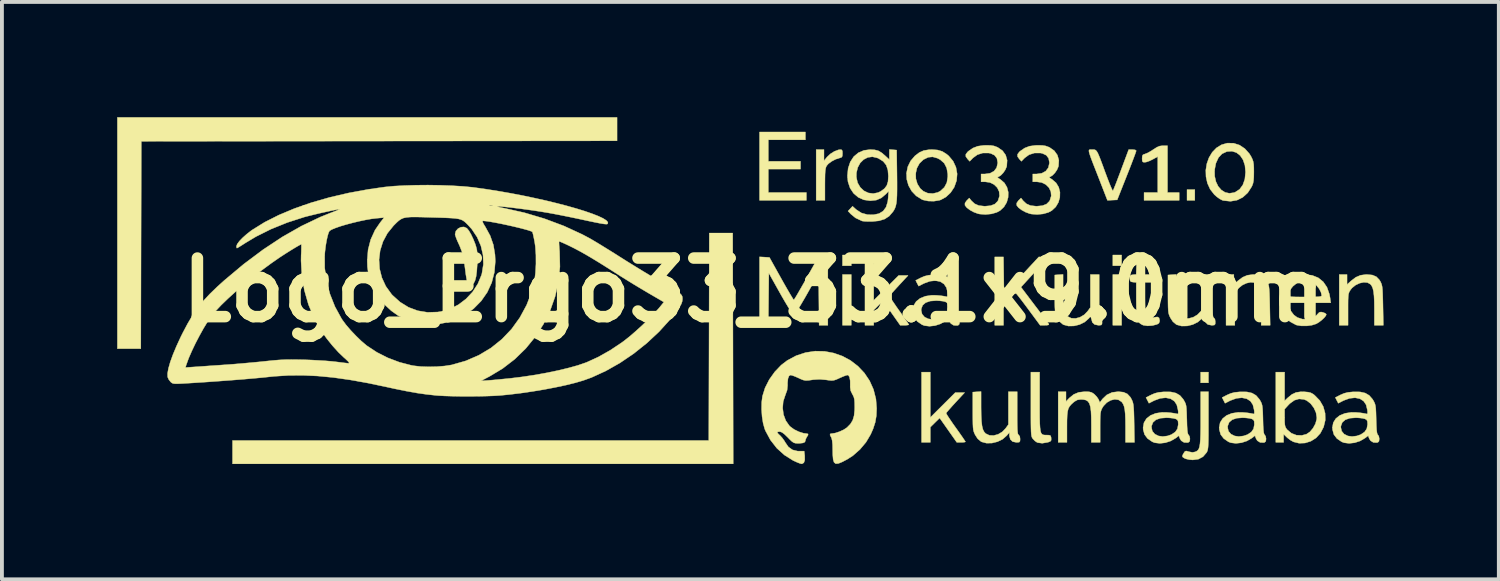
<source format=kicad_pcb>
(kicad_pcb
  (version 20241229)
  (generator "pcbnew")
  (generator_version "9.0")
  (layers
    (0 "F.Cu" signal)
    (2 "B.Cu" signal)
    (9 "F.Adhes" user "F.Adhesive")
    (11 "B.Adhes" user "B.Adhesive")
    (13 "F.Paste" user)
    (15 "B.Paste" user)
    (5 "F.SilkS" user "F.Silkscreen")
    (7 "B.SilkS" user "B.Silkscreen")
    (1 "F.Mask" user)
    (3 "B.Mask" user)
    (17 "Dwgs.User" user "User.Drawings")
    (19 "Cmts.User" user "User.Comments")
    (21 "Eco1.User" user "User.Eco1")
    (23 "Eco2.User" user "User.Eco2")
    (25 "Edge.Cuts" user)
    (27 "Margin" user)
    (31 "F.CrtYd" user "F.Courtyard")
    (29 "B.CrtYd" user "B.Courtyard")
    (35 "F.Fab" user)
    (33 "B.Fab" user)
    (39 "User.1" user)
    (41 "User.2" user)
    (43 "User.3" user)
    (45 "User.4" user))
  (footprint "Logo_Ergo33_33.1x9.0mm"
    (layer "F.Cu")
    (at 16.566 4.501)
    (property "Reference" "Logo_Ergo33_33.1x9.0mm" (at 0 0 180) (layer "F.SilkS") (effects (font (size 1.524 1.524) (thickness 0.3))))
    (attr through_hole)
    (fp_poly (pts (xy 2.54 -0.635) (xy 2.311 -0.635) (xy 2.311 -0.914) (xy 2.54 -0.914) (xy 2.54 -0.635)) (stroke (width 0.01) (type solid)) (fill yes) (layer "F.SilkS"))
    (fp_poly (pts (xy 2.54 0.914) (xy 2.311 0.914) (xy 2.311 -0.406) (xy 2.54 -0.406) (xy 2.54 0.914)) (stroke (width 0.01) (type solid)) (fill yes) (layer "F.SilkS"))
    (fp_poly (pts (xy 9.576 -0.635) (xy 9.347 -0.635) (xy 9.347 -0.914) (xy 9.576 -0.914) (xy 9.576 -0.635)) (stroke (width 0.01) (type solid)) (fill yes) (layer "F.SilkS"))
    (fp_poly (pts (xy 9.576 0.914) (xy 9.347 0.914) (xy 9.347 -0.406) (xy 9.576 -0.406) (xy 9.576 0.914)) (stroke (width 0.01) (type solid)) (fill yes) (layer "F.SilkS"))
    (fp_poly (pts (xy 11.481 -2.337) (xy 11.278 -2.337) (xy 11.278 -2.616) (xy 11.481 -2.616) (xy 11.481 -2.337)) (stroke (width 0.01) (type solid)) (fill yes) (layer "F.SilkS"))
    (fp_poly (pts (xy 11.836 2.413) (xy 11.633 2.413) (xy 11.633 2.134) (xy 11.836 2.134) (xy 11.836 2.413)) (stroke (width 0.01) (type solid)) (fill yes) (layer "F.SilkS"))
    (fp_poly (pts (xy -0.533 4.521) (xy -13.564 4.521) (xy -13.564 3.912) (xy -1.169 3.912) (xy -1.162 1.213) (xy -1.156 -1.486) (xy -0.546 -1.486) (xy -0.533 4.521)) (stroke (width 0.01) (type solid)) (fill yes) (layer "F.SilkS"))
    (fp_poly (pts (xy -3.556 -3.886) (xy -9.747 -3.88) (xy -15.938 -3.873) (xy -15.945 -1.175) (xy -15.951 1.524) (xy -16.561 1.524) (xy -16.561 -4.496) (xy -3.556 -4.496) (xy -3.556 -3.886)) (stroke (width 0.01) (type solid)) (fill yes) (layer "F.SilkS"))
    (fp_poly (pts (xy 1.346 -3.912) (xy 0.381 -3.912) (xy 0.381 -3.353) (xy 1.219 -3.353) (xy 1.219 -3.15) (xy 0.381 -3.15) (xy 0.381 -2.54) (xy 1.372 -2.54) (xy 1.372 -2.337) (xy 0.152 -2.337) (xy 0.152 -4.115) (xy 1.346 -4.115) (xy 1.346 -3.912)) (stroke (width 0.01) (type solid)) (fill yes) (layer "F.SilkS"))
    (fp_poly (pts (xy 1.829 -3.367) (xy 1.91 -3.465) (xy 1.995 -3.545) (xy 2.098 -3.61) (xy 2.202 -3.65) (xy 2.254 -3.657) (xy 2.291 -3.651) (xy 2.308 -3.621) (xy 2.311 -3.556) (xy 2.307 -3.49) (xy 2.288 -3.457) (xy 2.243 -3.441) (xy 2.242 -3.441) (xy 2.134 -3.407) (xy 2.029 -3.352) (xy 1.943 -3.288) (xy 1.901 -3.239) (xy 1.883 -3.204) (xy 1.871 -3.16) (xy 1.862 -3.098) (xy 1.857 -3.011) (xy 1.855 -2.888) (xy 1.854 -2.75) (xy 1.854 -2.337) (xy 1.626 -2.337) (xy 1.626 -3.658) (xy 1.829 -3.658) (xy 1.829 -3.367)) (stroke (width 0.01) (type solid)) (fill yes) (layer "F.SilkS"))
    (fp_poly (pts (xy 10.77 -2.54) (xy 11.074 -2.54) (xy 11.074 -2.337) (xy 10.16 -2.337) (xy 10.16 -2.54) (xy 10.516 -2.54) (xy 10.516 -3.475) (xy 10.382 -3.402) (xy 10.297 -3.361) (xy 10.219 -3.334) (xy 10.179 -3.328) (xy 10.134 -3.332) (xy 10.114 -3.356) (xy 10.109 -3.414) (xy 10.109 -3.427) (xy 10.114 -3.493) (xy 10.134 -3.526) (xy 10.181 -3.542) (xy 10.183 -3.543) (xy 10.243 -3.566) (xy 10.324 -3.61) (xy 10.4 -3.659) (xy 10.492 -3.718) (xy 10.565 -3.749) (xy 10.639 -3.759) (xy 10.656 -3.759) (xy 10.77 -3.759) (xy 10.77 -2.54)) (stroke (width 0.01) (type solid)) (fill yes) (layer "F.SilkS"))
    (fp_poly (pts (xy 3.124 0.266) (xy 3.448 -0.058) (xy 3.773 -0.381) (xy 4.017 -0.381) (xy 3.78 -0.125) (xy 3.693 -0.03) (xy 3.619 0.052) (xy 3.565 0.114) (xy 3.538 0.148) (xy 3.536 0.152) (xy 3.547 0.178) (xy 3.584 0.239) (xy 3.642 0.326) (xy 3.715 0.433) (xy 3.783 0.529) (xy 3.867 0.646) (xy 3.939 0.749) (xy 3.995 0.83) (xy 4.029 0.883) (xy 4.039 0.9) (xy 4.016 0.908) (xy 3.959 0.914) (xy 3.926 0.914) (xy 3.813 0.914) (xy 3.59 0.597) (xy 3.367 0.28) (xy 3.245 0.399) (xy 3.124 0.519) (xy 3.124 0.914) (xy 2.896 0.914) (xy 2.896 -0.914) (xy 3.124 -0.914) (xy 3.124 0.266)) (stroke (width 0.01) (type solid)) (fill yes) (layer "F.SilkS"))
    (fp_poly (pts (xy 4.597 3.314) (xy 4.922 2.99) (xy 5.246 2.667) (xy 5.49 2.667) (xy 5.253 2.923) (xy 5.166 3.018) (xy 5.093 3.1) (xy 5.039 3.162) (xy 5.011 3.196) (xy 5.009 3.2) (xy 5.02 3.226) (xy 5.057 3.287) (xy 5.115 3.374) (xy 5.188 3.481) (xy 5.256 3.577) (xy 5.34 3.694) (xy 5.412 3.797) (xy 5.468 3.878) (xy 5.502 3.931) (xy 5.512 3.948) (xy 5.489 3.956) (xy 5.432 3.962) (xy 5.399 3.962) (xy 5.286 3.962) (xy 5.063 3.645) (xy 4.84 3.328) (xy 4.719 3.447) (xy 4.597 3.567) (xy 4.597 3.962) (xy 4.369 3.962) (xy 4.369 2.134) (xy 4.597 2.134) (xy 4.597 3.314)) (stroke (width 0.01) (type solid)) (fill yes) (layer "F.SilkS"))
    (fp_poly (pts (xy 6.508 -0.377) (xy 6.515 0.109) (xy 6.968 -0.377) (xy 7.42 -0.864) (xy 7.675 -0.864) (xy 7.316 -0.471) (xy 6.957 -0.078) (xy 7.309 0.387) (xy 7.411 0.521) (xy 7.503 0.643) (xy 7.581 0.746) (xy 7.639 0.825) (xy 7.673 0.872) (xy 7.681 0.883) (xy 7.679 0.903) (xy 7.638 0.912) (xy 7.577 0.914) (xy 7.455 0.914) (xy 7.163 0.519) (xy 7.07 0.394) (xy 6.986 0.282) (xy 6.915 0.191) (xy 6.864 0.126) (xy 6.837 0.094) (xy 6.836 0.094) (xy 6.812 0.086) (xy 6.777 0.102) (xy 6.726 0.148) (xy 6.651 0.226) (xy 6.502 0.388) (xy 6.502 0.914) (xy 6.274 0.914) (xy 6.274 -0.864) (xy 6.501 -0.864) (xy 6.508 -0.377)) (stroke (width 0.01) (type solid)) (fill yes) (layer "F.SilkS"))
    (fp_poly (pts (xy -7.469 -1.614) (xy -7.464 -1.61) (xy -7.412 -1.546) (xy -7.354 -1.446) (xy -7.297 -1.325) (xy -7.246 -1.197) (xy -7.225 -1.13) (xy -7.205 -1.048) (xy -7.194 -0.96) (xy -7.19 -0.853) (xy -7.193 -0.713) (xy -7.195 -0.675) (xy -7.207 -0.493) (xy -7.225 -0.354) (xy -7.252 -0.25) (xy -7.289 -0.175) (xy -7.31 -0.146) (xy -7.364 -0.106) (xy -7.41 -0.116) (xy -7.443 -0.168) (xy -7.46 -0.228) (xy -7.477 -0.317) (xy -7.493 -0.416) (xy -7.509 -0.542) (xy -7.528 -0.683) (xy -7.541 -0.784) (xy -7.579 -0.961) (xy -7.651 -1.147) (xy -7.669 -1.187) (xy -7.715 -1.287) (xy -7.75 -1.376) (xy -7.77 -1.44) (xy -7.772 -1.457) (xy -7.751 -1.538) (xy -7.696 -1.6) (xy -7.622 -1.638) (xy -7.541 -1.645) (xy -7.469 -1.614)) (stroke (width 0.01) (type solid)) (fill yes) (layer "F.SilkS"))
    (fp_poly (pts (xy 7.442 2.903) (xy 7.442 3.136) (xy 7.443 3.323) (xy 7.446 3.469) (xy 7.453 3.58) (xy 7.463 3.659) (xy 7.478 3.713) (xy 7.5 3.746) (xy 7.529 3.764) (xy 7.566 3.771) (xy 7.612 3.772) (xy 7.624 3.772) (xy 7.693 3.775) (xy 7.726 3.789) (xy 7.739 3.827) (xy 7.742 3.853) (xy 7.742 3.907) (xy 7.721 3.936) (xy 7.664 3.958) (xy 7.653 3.961) (xy 7.51 3.985) (xy 7.392 3.969) (xy 7.376 3.963) (xy 7.323 3.928) (xy 7.269 3.873) (xy 7.268 3.872) (xy 7.253 3.852) (xy 7.241 3.829) (xy 7.232 3.798) (xy 7.225 3.753) (xy 7.22 3.688) (xy 7.217 3.599) (xy 7.215 3.48) (xy 7.214 3.324) (xy 7.214 3.127) (xy 7.214 2.968) (xy 7.214 2.134) (xy 7.442 2.134) (xy 7.442 2.903)) (stroke (width 0.01) (type solid)) (fill yes) (layer "F.SilkS"))
    (fp_poly (pts (xy 11.836 3.394) (xy 11.836 3.61) (xy 11.836 3.782) (xy 11.834 3.915) (xy 11.831 4.014) (xy 11.826 4.088) (xy 11.819 4.14) (xy 11.81 4.178) (xy 11.798 4.207) (xy 11.784 4.231) (xy 11.693 4.336) (xy 11.575 4.399) (xy 11.428 4.419) (xy 11.427 4.419) (xy 11.334 4.411) (xy 11.252 4.392) (xy 11.22 4.38) (xy 11.17 4.349) (xy 11.155 4.321) (xy 11.172 4.278) (xy 11.192 4.243) (xy 11.222 4.199) (xy 11.255 4.186) (xy 11.309 4.2) (xy 11.323 4.205) (xy 11.419 4.223) (xy 11.488 4.21) (xy 11.528 4.193) (xy 11.56 4.168) (xy 11.585 4.131) (xy 11.603 4.075) (xy 11.616 3.996) (xy 11.625 3.887) (xy 11.63 3.745) (xy 11.633 3.562) (xy 11.633 3.334) (xy 11.633 3.328) (xy 11.633 2.642) (xy 11.836 2.642) (xy 11.836 3.394)) (stroke (width 0.01) (type solid)) (fill yes) (layer "F.SilkS"))
    (fp_poly (pts (xy 0.281 -0.859) (xy 0.41 -0.851) (xy 0.718 -0.298) (xy 0.803 -0.147) (xy 0.881 -0.011) (xy 0.947 0.102) (xy 0.999 0.188) (xy 1.032 0.241) (xy 1.044 0.254) (xy 1.06 0.233) (xy 1.098 0.173) (xy 1.153 0.08) (xy 1.221 -0.039) (xy 1.301 -0.179) (xy 1.372 -0.305) (xy 1.683 -0.864) (xy 1.93 -0.864) (xy 1.93 0.914) (xy 1.703 0.914) (xy 1.696 0.239) (xy 1.689 -0.437) (xy 1.408 0.066) (xy 1.325 0.212) (xy 1.248 0.343) (xy 1.182 0.454) (xy 1.13 0.536) (xy 1.096 0.584) (xy 1.087 0.593) (xy 1.034 0.607) (xy 1.01 0.603) (xy 0.987 0.577) (xy 0.944 0.514) (xy 0.884 0.418) (xy 0.812 0.298) (xy 0.731 0.158) (xy 0.683 0.073) (xy 0.394 -0.443) (xy 0.38 0.914) (xy 0.152 0.914) (xy 0.152 -0.866) (xy 0.281 -0.859)) (stroke (width 0.01) (type solid)) (fill yes) (layer "F.SilkS"))
    (fp_poly (pts (xy 12.497 -0.146) (xy 12.601 -0.241) (xy 12.724 -0.334) (xy 12.847 -0.387) (xy 12.988 -0.406) (xy 13.018 -0.406) (xy 13.156 -0.393) (xy 13.259 -0.349) (xy 13.337 -0.269) (xy 13.366 -0.222) (xy 13.385 -0.181) (xy 13.4 -0.139) (xy 13.41 -0.085) (xy 13.418 -0.014) (xy 13.424 0.084) (xy 13.428 0.216) (xy 13.432 0.391) (xy 13.432 0.4) (xy 13.442 0.914) (xy 13.208 0.914) (xy 13.208 0.502) (xy 13.206 0.305) (xy 13.199 0.152) (xy 13.186 0.036) (xy 13.166 -0.05) (xy 13.138 -0.112) (xy 13.105 -0.154) (xy 13.03 -0.196) (xy 12.932 -0.204) (xy 12.825 -0.181) (xy 12.719 -0.131) (xy 12.627 -0.057) (xy 12.587 -0.007) (xy 12.563 0.031) (xy 12.545 0.067) (xy 12.534 0.111) (xy 12.527 0.173) (xy 12.524 0.26) (xy 12.522 0.383) (xy 12.522 0.501) (xy 12.522 0.914) (xy 12.294 0.914) (xy 12.294 -0.406) (xy 12.497 -0.406) (xy 12.497 -0.146)) (stroke (width 0.01) (type solid)) (fill yes) (layer "F.SilkS"))
    (fp_poly (pts (xy 15.443 -0.146) (xy 15.548 -0.241) (xy 15.67 -0.334) (xy 15.793 -0.387) (xy 15.935 -0.406) (xy 15.964 -0.406) (xy 16.102 -0.393) (xy 16.206 -0.349) (xy 16.283 -0.269) (xy 16.312 -0.222) (xy 16.331 -0.181) (xy 16.346 -0.139) (xy 16.357 -0.085) (xy 16.365 -0.014) (xy 16.37 0.084) (xy 16.374 0.216) (xy 16.378 0.391) (xy 16.378 0.4) (xy 16.388 0.914) (xy 16.154 0.914) (xy 16.154 0.502) (xy 16.152 0.305) (xy 16.145 0.152) (xy 16.132 0.036) (xy 16.112 -0.05) (xy 16.084 -0.112) (xy 16.051 -0.154) (xy 15.976 -0.196) (xy 15.879 -0.204) (xy 15.771 -0.181) (xy 15.665 -0.131) (xy 15.573 -0.057) (xy 15.533 -0.007) (xy 15.509 0.031) (xy 15.492 0.067) (xy 15.48 0.111) (xy 15.474 0.173) (xy 15.47 0.26) (xy 15.469 0.383) (xy 15.469 0.501) (xy 15.469 0.914) (xy 15.24 0.914) (xy 15.24 -0.406) (xy 15.443 -0.406) (xy 15.443 -0.146)) (stroke (width 0.01) (type solid)) (fill yes) (layer "F.SilkS"))
    (fp_poly (pts (xy 10.185 -0.406) (xy 10.49 -0.406) (xy 10.49 -0.203) (xy 10.185 -0.203) (xy 10.185 0.201) (xy 10.186 0.342) (xy 10.189 0.467) (xy 10.193 0.566) (xy 10.198 0.63) (xy 10.202 0.648) (xy 10.246 0.697) (xy 10.323 0.719) (xy 10.42 0.71) (xy 10.428 0.708) (xy 10.505 0.697) (xy 10.549 0.72) (xy 10.565 0.784) (xy 10.566 0.807) (xy 10.546 0.862) (xy 10.497 0.891) (xy 10.377 0.922) (xy 10.252 0.93) (xy 10.143 0.914) (xy 10.115 0.903) (xy 10.063 0.874) (xy 10.024 0.835) (xy 9.996 0.779) (xy 9.976 0.699) (xy 9.964 0.59) (xy 9.959 0.443) (xy 9.957 0.253) (xy 9.957 0.244) (xy 9.957 -0.2) (xy 9.874 -0.208) (xy 9.819 -0.218) (xy 9.796 -0.246) (xy 9.792 -0.305) (xy 9.796 -0.365) (xy 9.82 -0.392) (xy 9.873 -0.402) (xy 9.955 -0.409) (xy 9.962 -0.617) (xy 9.97 -0.826) (xy 10.077 -0.833) (xy 10.185 -0.841) (xy 10.185 -0.406)) (stroke (width 0.01) (type solid)) (fill yes) (layer "F.SilkS"))
    (fp_poly (pts (xy 8.8 -3.658) (xy 8.81 -3.658) (xy 8.847 -3.658) (xy 8.877 -3.654) (xy 8.903 -3.641) (xy 8.928 -3.614) (xy 8.956 -3.567) (xy 8.988 -3.494) (xy 9.029 -3.391) (xy 9.081 -3.252) (xy 9.147 -3.071) (xy 9.158 -3.042) (xy 9.212 -2.898) (xy 9.26 -2.774) (xy 9.301 -2.676) (xy 9.331 -2.61) (xy 9.348 -2.585) (xy 9.349 -2.585) (xy 9.363 -2.613) (xy 9.391 -2.682) (xy 9.432 -2.784) (xy 9.481 -2.913) (xy 9.537 -3.061) (xy 9.563 -3.131) (xy 9.76 -3.658) (xy 9.858 -3.658) (xy 9.928 -3.65) (xy 9.956 -3.629) (xy 9.956 -3.626) (xy 9.946 -3.595) (xy 9.921 -3.523) (xy 9.881 -3.417) (xy 9.83 -3.283) (xy 9.77 -3.129) (xy 9.708 -2.972) (xy 9.461 -2.349) (xy 9.334 -2.343) (xy 9.207 -2.336) (xy 8.972 -2.94) (xy 8.892 -3.144) (xy 8.829 -3.305) (xy 8.782 -3.429) (xy 8.75 -3.52) (xy 8.731 -3.583) (xy 8.724 -3.624) (xy 8.729 -3.647) (xy 8.744 -3.657) (xy 8.768 -3.659) (xy 8.8 -3.658)) (stroke (width 0.01) (type solid)) (fill yes) (layer "F.SilkS"))
    (fp_poly (pts (xy 5.918 3.048) (xy 5.921 3.252) (xy 5.929 3.412) (xy 5.943 3.534) (xy 5.965 3.624) (xy 5.997 3.688) (xy 6.038 3.733) (xy 6.039 3.734) (xy 6.134 3.779) (xy 6.245 3.784) (xy 6.361 3.753) (xy 6.469 3.689) (xy 6.556 3.599) (xy 6.629 3.498) (xy 6.629 2.642) (xy 6.858 2.642) (xy 6.858 3.198) (xy 6.858 3.383) (xy 6.86 3.524) (xy 6.863 3.626) (xy 6.869 3.696) (xy 6.876 3.739) (xy 6.887 3.761) (xy 6.896 3.768) (xy 6.925 3.805) (xy 6.934 3.873) (xy 6.931 3.93) (xy 6.912 3.956) (xy 6.862 3.962) (xy 6.834 3.962) (xy 6.74 3.943) (xy 6.68 3.886) (xy 6.655 3.793) (xy 6.655 3.777) (xy 6.655 3.705) (xy 6.586 3.786) (xy 6.48 3.879) (xy 6.348 3.944) (xy 6.203 3.98) (xy 6.06 3.983) (xy 5.932 3.949) (xy 5.918 3.942) (xy 5.829 3.867) (xy 5.766 3.77) (xy 5.744 3.725) (xy 5.728 3.682) (xy 5.716 3.634) (xy 5.709 3.571) (xy 5.705 3.486) (xy 5.703 3.369) (xy 5.702 3.213) (xy 5.702 3.15) (xy 5.702 2.654) (xy 5.81 2.646) (xy 5.918 2.639) (xy 5.918 3.048)) (stroke (width 0.01) (type solid)) (fill yes) (layer "F.SilkS"))
    (fp_poly (pts (xy 8.052 -0.000009) (xy 8.054 0.204) (xy 8.062 0.364) (xy 8.077 0.486) (xy 8.099 0.576) (xy 8.13 0.64) (xy 8.171 0.685) (xy 8.173 0.686) (xy 8.267 0.731) (xy 8.379 0.736) (xy 8.494 0.705) (xy 8.603 0.641) (xy 8.69 0.551) (xy 8.763 0.45) (xy 8.763 -0.406) (xy 8.992 -0.406) (xy 8.992 0.15) (xy 8.992 0.335) (xy 8.994 0.476) (xy 8.997 0.578) (xy 9.002 0.648) (xy 9.01 0.691) (xy 9.02 0.713) (xy 9.03 0.72) (xy 9.059 0.757) (xy 9.068 0.825) (xy 9.065 0.882) (xy 9.046 0.908) (xy 8.996 0.914) (xy 8.968 0.914) (xy 8.874 0.895) (xy 8.813 0.838) (xy 8.789 0.745) (xy 8.788 0.729) (xy 8.788 0.657) (xy 8.72 0.738) (xy 8.614 0.831) (xy 8.482 0.896) (xy 8.337 0.932) (xy 8.194 0.935) (xy 8.066 0.901) (xy 8.051 0.894) (xy 7.962 0.819) (xy 7.899 0.722) (xy 7.878 0.677) (xy 7.861 0.634) (xy 7.85 0.586) (xy 7.843 0.523) (xy 7.838 0.438) (xy 7.836 0.321) (xy 7.836 0.165) (xy 7.836 0.102) (xy 7.836 -0.394) (xy 7.944 -0.402) (xy 8.052 -0.409) (xy 8.052 -0.000009)) (stroke (width 0.01) (type solid)) (fill yes) (layer "F.SilkS"))
    (fp_poly (pts (xy 10.998 -0.000009) (xy 11.001 0.204) (xy 11.009 0.364) (xy 11.023 0.486) (xy 11.045 0.576) (xy 11.077 0.64) (xy 11.118 0.685) (xy 11.119 0.686) (xy 11.214 0.731) (xy 11.325 0.736) (xy 11.441 0.705) (xy 11.549 0.641) (xy 11.636 0.551) (xy 11.709 0.45) (xy 11.709 -0.406) (xy 11.938 -0.406) (xy 11.938 0.15) (xy 11.938 0.335) (xy 11.94 0.476) (xy 11.943 0.578) (xy 11.949 0.648) (xy 11.956 0.691) (xy 11.967 0.713) (xy 11.976 0.72) (xy 12.005 0.757) (xy 12.014 0.825) (xy 12.011 0.882) (xy 11.992 0.908) (xy 11.942 0.914) (xy 11.914 0.914) (xy 11.82 0.895) (xy 11.76 0.838) (xy 11.735 0.745) (xy 11.735 0.729) (xy 11.735 0.657) (xy 11.666 0.738) (xy 11.56 0.831) (xy 11.428 0.896) (xy 11.283 0.932) (xy 11.14 0.935) (xy 11.012 0.901) (xy 10.998 0.894) (xy 10.909 0.819) (xy 10.846 0.722) (xy 10.824 0.677) (xy 10.808 0.634) (xy 10.796 0.586) (xy 10.789 0.523) (xy 10.785 0.438) (xy 10.783 0.321) (xy 10.782 0.165) (xy 10.782 0.102) (xy 10.782 -0.394) (xy 10.89 -0.402) (xy 10.998 -0.409) (xy 10.998 -0.000009)) (stroke (width 0.01) (type solid)) (fill yes) (layer "F.SilkS"))
    (fp_poly (pts (xy 4.786 -3.647) (xy 4.909 -3.61) (xy 5.021 -3.539) (xy 5.075 -3.494) (xy 5.19 -3.357) (xy 5.264 -3.198) (xy 5.295 -3.026) (xy 5.28 -2.85) (xy 5.219 -2.678) (xy 5.218 -2.677) (xy 5.125 -2.537) (xy 5.005 -2.425) (xy 4.871 -2.351) (xy 4.832 -2.338) (xy 4.688 -2.315) (xy 4.54 -2.319) (xy 4.407 -2.348) (xy 4.38 -2.359) (xy 4.228 -2.454) (xy 4.111 -2.578) (xy 4.029 -2.724) (xy 3.984 -2.883) (xy 3.978 -3.039) (xy 4.217 -3.039) (xy 4.221 -2.897) (xy 4.261 -2.762) (xy 4.336 -2.644) (xy 4.417 -2.573) (xy 4.533 -2.523) (xy 4.663 -2.514) (xy 4.79 -2.543) (xy 4.858 -2.579) (xy 4.963 -2.676) (xy 5.027 -2.798) (xy 5.051 -2.95) (xy 5.05 -3.023) (xy 5.023 -3.179) (xy 4.96 -3.302) (xy 4.857 -3.394) (xy 4.782 -3.434) (xy 4.658 -3.469) (xy 4.542 -3.458) (xy 4.421 -3.399) (xy 4.416 -3.396) (xy 4.315 -3.299) (xy 4.248 -3.176) (xy 4.217 -3.039) (xy 3.978 -3.039) (xy 3.978 -3.049) (xy 4.011 -3.212) (xy 4.085 -3.364) (xy 4.196 -3.494) (xy 4.311 -3.582) (xy 4.426 -3.633) (xy 4.562 -3.655) (xy 4.636 -3.658) (xy 4.786 -3.647)) (stroke (width 0.01) (type solid)) (fill yes) (layer "F.SilkS"))
    (fp_poly (pts (xy 13.818 2.88) (xy 13.9 2.802) (xy 14.009 2.713) (xy 14.116 2.663) (xy 14.24 2.645) (xy 14.328 2.646) (xy 14.43 2.655) (xy 14.501 2.673) (xy 14.562 2.707) (xy 14.597 2.734) (xy 14.732 2.872) (xy 14.824 3.031) (xy 14.872 3.205) (xy 14.876 3.384) (xy 14.833 3.562) (xy 14.747 3.727) (xy 14.637 3.846) (xy 14.502 3.931) (xy 14.351 3.979) (xy 14.196 3.985) (xy 14.047 3.948) (xy 14.046 3.947) (xy 13.969 3.904) (xy 13.891 3.844) (xy 13.875 3.829) (xy 13.792 3.749) (xy 13.792 3.962) (xy 13.589 3.962) (xy 13.589 3.098) (xy 13.818 3.098) (xy 13.818 3.325) (xy 13.819 3.436) (xy 13.825 3.51) (xy 13.838 3.561) (xy 13.862 3.603) (xy 13.886 3.634) (xy 13.995 3.725) (xy 14.125 3.775) (xy 14.265 3.781) (xy 14.387 3.749) (xy 14.477 3.688) (xy 14.558 3.592) (xy 14.62 3.478) (xy 14.653 3.36) (xy 14.656 3.317) (xy 14.635 3.188) (xy 14.578 3.062) (xy 14.495 2.953) (xy 14.394 2.874) (xy 14.323 2.844) (xy 14.193 2.831) (xy 14.072 2.866) (xy 13.956 2.95) (xy 13.922 2.984) (xy 13.818 3.098) (xy 13.589 3.098) (xy 13.589 2.134) (xy 13.818 2.134) (xy 13.818 2.88)) (stroke (width 0.01) (type solid)) (fill yes) (layer "F.SilkS"))
    (fp_poly (pts (xy 12.489 -3.824) (xy 12.644 -3.775) (xy 12.783 -3.682) (xy 12.901 -3.55) (xy 12.949 -3.471) (xy 12.98 -3.406) (xy 13 -3.347) (xy 13.012 -3.278) (xy 13.017 -3.187) (xy 13.018 -3.073) (xy 13.016 -2.944) (xy 13.009 -2.851) (xy 12.996 -2.78) (xy 12.973 -2.718) (xy 12.96 -2.691) (xy 12.858 -2.533) (xy 12.728 -2.415) (xy 12.578 -2.341) (xy 12.41 -2.312) (xy 12.231 -2.331) (xy 12.196 -2.34) (xy 12.133 -2.372) (xy 12.055 -2.428) (xy 11.99 -2.485) (xy 11.881 -2.624) (xy 11.809 -2.782) (xy 11.772 -2.95) (xy 11.767 -3.122) (xy 11.767 -3.123) (xy 11.995 -3.123) (xy 11.998 -2.966) (xy 12.03 -2.824) (xy 12.088 -2.703) (xy 12.169 -2.608) (xy 12.267 -2.545) (xy 12.379 -2.52) (xy 12.502 -2.538) (xy 12.531 -2.549) (xy 12.646 -2.624) (xy 12.73 -2.737) (xy 12.783 -2.887) (xy 12.801 -3.069) (xy 12.801 -3.077) (xy 12.785 -3.247) (xy 12.737 -3.39) (xy 12.662 -3.503) (xy 12.565 -3.579) (xy 12.449 -3.616) (xy 12.32 -3.607) (xy 12.309 -3.604) (xy 12.189 -3.548) (xy 12.097 -3.45) (xy 12.032 -3.309) (xy 12.026 -3.288) (xy 11.995 -3.123) (xy 11.767 -3.123) (xy 11.794 -3.291) (xy 11.85 -3.448) (xy 11.934 -3.588) (xy 12.044 -3.702) (xy 12.177 -3.784) (xy 12.325 -3.826) (xy 12.489 -3.824)) (stroke (width 0.01) (type solid)) (fill yes) (layer "F.SilkS"))
    (fp_poly (pts (xy 14.535 -0.385) (xy 14.694 -0.321) (xy 14.823 -0.217) (xy 14.92 -0.075) (xy 14.983 0.103) (xy 15.001 0.199) (xy 15.018 0.33) (xy 13.913 0.33) (xy 13.929 0.41) (xy 13.976 0.537) (xy 14.059 0.646) (xy 14.149 0.712) (xy 14.278 0.754) (xy 14.412 0.758) (xy 14.539 0.725) (xy 14.643 0.659) (xy 14.675 0.624) (xy 14.719 0.579) (xy 14.765 0.569) (xy 14.811 0.578) (xy 14.87 0.6) (xy 14.902 0.626) (xy 14.903 0.628) (xy 14.892 0.664) (xy 14.849 0.718) (xy 14.784 0.779) (xy 14.71 0.836) (xy 14.641 0.877) (xy 14.53 0.912) (xy 14.395 0.931) (xy 14.256 0.931) (xy 14.136 0.911) (xy 14.113 0.904) (xy 13.96 0.821) (xy 13.833 0.695) (xy 13.755 0.573) (xy 13.694 0.403) (xy 13.679 0.228) (xy 13.697 0.126) (xy 13.919 0.126) (xy 13.921 0.145) (xy 13.932 0.158) (xy 13.959 0.168) (xy 14.008 0.173) (xy 14.088 0.176) (xy 14.205 0.178) (xy 14.351 0.178) (xy 14.511 0.177) (xy 14.626 0.175) (xy 14.704 0.171) (xy 14.752 0.164) (xy 14.776 0.154) (xy 14.783 0.14) (xy 14.783 0.139) (xy 14.764 0.055) (xy 14.716 -0.038) (xy 14.649 -0.119) (xy 14.633 -0.134) (xy 14.509 -0.209) (xy 14.374 -0.242) (xy 14.24 -0.229) (xy 14.238 -0.229) (xy 14.13 -0.178) (xy 14.034 -0.1) (xy 13.961 -0.007) (xy 13.923 0.09) (xy 13.919 0.126) (xy 13.697 0.126) (xy 13.708 0.056) (xy 13.78 -0.102) (xy 13.893 -0.238) (xy 13.896 -0.24) (xy 14.018 -0.331) (xy 14.146 -0.384) (xy 14.298 -0.405) (xy 14.349 -0.406) (xy 14.535 -0.385)) (stroke (width 0.01) (type solid)) (fill yes) (layer "F.SilkS"))
    (fp_poly (pts (xy 8.128 2.899) (xy 8.213 2.809) (xy 8.328 2.715) (xy 8.459 2.66) (xy 8.62 2.642) (xy 8.633 2.642) (xy 8.728 2.646) (xy 8.793 2.662) (xy 8.849 2.696) (xy 8.866 2.71) (xy 8.927 2.773) (xy 8.973 2.84) (xy 8.978 2.851) (xy 9.009 2.924) (xy 9.078 2.833) (xy 9.189 2.727) (xy 9.328 2.662) (xy 9.488 2.642) (xy 9.624 2.656) (xy 9.725 2.701) (xy 9.803 2.785) (xy 9.836 2.844) (xy 9.856 2.888) (xy 9.871 2.934) (xy 9.882 2.991) (xy 9.889 3.066) (xy 9.895 3.168) (xy 9.899 3.306) (xy 9.902 3.461) (xy 9.911 3.962) (xy 9.677 3.962) (xy 9.677 3.562) (xy 9.675 3.371) (xy 9.669 3.222) (xy 9.658 3.11) (xy 9.64 3.026) (xy 9.615 2.964) (xy 9.582 2.915) (xy 9.573 2.906) (xy 9.493 2.854) (xy 9.396 2.842) (xy 9.293 2.867) (xy 9.192 2.925) (xy 9.106 3.014) (xy 9.075 3.061) (xy 9.053 3.104) (xy 9.038 3.147) (xy 9.027 3.202) (xy 9.021 3.277) (xy 9.018 3.382) (xy 9.017 3.526) (xy 9.017 3.562) (xy 9.017 3.962) (xy 8.788 3.962) (xy 8.788 3.517) (xy 8.786 3.313) (xy 8.779 3.155) (xy 8.763 3.036) (xy 8.737 2.951) (xy 8.699 2.895) (xy 8.646 2.862) (xy 8.577 2.848) (xy 8.512 2.845) (xy 8.427 2.856) (xy 8.353 2.897) (xy 8.318 2.925) (xy 8.26 2.979) (xy 8.218 3.03) (xy 8.188 3.087) (xy 8.17 3.16) (xy 8.159 3.257) (xy 8.154 3.387) (xy 8.153 3.555) (xy 8.153 3.962) (xy 7.925 3.962) (xy 7.925 2.642) (xy 8.128 2.642) (xy 8.128 2.899)) (stroke (width 0.01) (type solid)) (fill yes) (layer "F.SilkS"))
    (fp_poly (pts (xy 6.164 -3.767) (xy 6.253 -3.753) (xy 6.334 -3.723) (xy 6.355 -3.713) (xy 6.477 -3.628) (xy 6.558 -3.515) (xy 6.596 -3.381) (xy 6.587 -3.233) (xy 6.581 -3.209) (xy 6.547 -3.13) (xy 6.493 -3.051) (xy 6.431 -2.987) (xy 6.372 -2.95) (xy 6.352 -2.946) (xy 6.348 -2.935) (xy 6.381 -2.906) (xy 6.418 -2.883) (xy 6.524 -2.792) (xy 6.592 -2.678) (xy 6.625 -2.549) (xy 6.622 -2.415) (xy 6.585 -2.284) (xy 6.514 -2.166) (xy 6.412 -2.07) (xy 6.324 -2.023) (xy 6.187 -1.984) (xy 6.032 -1.969) (xy 5.885 -1.98) (xy 5.837 -1.99) (xy 5.728 -2.03) (xy 5.628 -2.085) (xy 5.548 -2.145) (xy 5.502 -2.203) (xy 5.498 -2.212) (xy 5.499 -2.266) (xy 5.539 -2.324) (xy 5.546 -2.332) (xy 5.611 -2.397) (xy 5.665 -2.328) (xy 5.751 -2.248) (xy 5.858 -2.201) (xy 5.998 -2.185) (xy 6.02 -2.184) (xy 6.167 -2.198) (xy 6.276 -2.24) (xy 6.349 -2.313) (xy 6.362 -2.336) (xy 6.398 -2.452) (xy 6.388 -2.565) (xy 6.339 -2.667) (xy 6.257 -2.748) (xy 6.147 -2.802) (xy 6.027 -2.819) (xy 5.918 -2.819) (xy 5.918 -3.023) (xy 6.021 -3.023) (xy 6.154 -3.042) (xy 6.256 -3.098) (xy 6.323 -3.187) (xy 6.35 -3.305) (xy 6.35 -3.322) (xy 6.33 -3.431) (xy 6.27 -3.51) (xy 6.169 -3.558) (xy 6.116 -3.569) (xy 5.962 -3.569) (xy 5.822 -3.525) (xy 5.707 -3.441) (xy 5.622 -3.353) (xy 5.567 -3.412) (xy 5.521 -3.477) (xy 5.521 -3.535) (xy 5.567 -3.597) (xy 5.591 -3.618) (xy 5.707 -3.698) (xy 5.832 -3.746) (xy 5.983 -3.767) (xy 6.045 -3.769) (xy 6.164 -3.767)) (stroke (width 0.01) (type solid)) (fill yes) (layer "F.SilkS"))
    (fp_poly (pts (xy 7.51 -3.767) (xy 7.599 -3.753) (xy 7.68 -3.723) (xy 7.702 -3.713) (xy 7.823 -3.628) (xy 7.904 -3.515) (xy 7.942 -3.381) (xy 7.933 -3.233) (xy 7.927 -3.209) (xy 7.893 -3.13) (xy 7.839 -3.051) (xy 7.777 -2.987) (xy 7.718 -2.95) (xy 7.698 -2.946) (xy 7.694 -2.935) (xy 7.727 -2.906) (xy 7.764 -2.883) (xy 7.87 -2.792) (xy 7.939 -2.678) (xy 7.971 -2.549) (xy 7.968 -2.415) (xy 7.931 -2.284) (xy 7.861 -2.166) (xy 7.758 -2.07) (xy 7.67 -2.023) (xy 7.533 -1.984) (xy 7.378 -1.969) (xy 7.231 -1.98) (xy 7.183 -1.99) (xy 7.075 -2.03) (xy 6.974 -2.085) (xy 6.894 -2.145) (xy 6.848 -2.203) (xy 6.845 -2.212) (xy 6.845 -2.266) (xy 6.885 -2.324) (xy 6.892 -2.332) (xy 6.958 -2.397) (xy 7.012 -2.328) (xy 7.097 -2.248) (xy 7.204 -2.201) (xy 7.344 -2.185) (xy 7.366 -2.184) (xy 7.513 -2.198) (xy 7.622 -2.24) (xy 7.695 -2.313) (xy 7.708 -2.336) (xy 7.744 -2.452) (xy 7.734 -2.565) (xy 7.685 -2.667) (xy 7.603 -2.748) (xy 7.493 -2.802) (xy 7.373 -2.819) (xy 7.264 -2.819) (xy 7.264 -3.023) (xy 7.367 -3.023) (xy 7.5 -3.042) (xy 7.602 -3.098) (xy 7.669 -3.187) (xy 7.696 -3.305) (xy 7.696 -3.322) (xy 7.676 -3.431) (xy 7.616 -3.51) (xy 7.515 -3.558) (xy 7.463 -3.569) (xy 7.308 -3.569) (xy 7.168 -3.525) (xy 7.053 -3.441) (xy 6.968 -3.353) (xy 6.913 -3.412) (xy 6.867 -3.477) (xy 6.867 -3.535) (xy 6.913 -3.597) (xy 6.937 -3.618) (xy 7.053 -3.698) (xy 7.178 -3.746) (xy 7.329 -3.767) (xy 7.391 -3.769) (xy 7.51 -3.767)) (stroke (width 0.01) (type solid)) (fill yes) (layer "F.SilkS"))
    (fp_poly (pts (xy 3.626 -3.653) (xy 3.721 -3.645) (xy 3.729 -3.035) (xy 3.731 -2.805) (xy 3.731 -2.619) (xy 3.729 -2.471) (xy 3.723 -2.355) (xy 3.713 -2.265) (xy 3.698 -2.193) (xy 3.678 -2.135) (xy 3.652 -2.083) (xy 3.624 -2.04) (xy 3.527 -1.927) (xy 3.409 -1.85) (xy 3.261 -1.804) (xy 3.09 -1.787) (xy 2.984 -1.786) (xy 2.891 -1.79) (xy 2.827 -1.798) (xy 2.819 -1.8) (xy 2.651 -1.879) (xy 2.529 -1.979) (xy 2.455 -2.057) (xy 2.514 -2.12) (xy 2.573 -2.183) (xy 2.669 -2.096) (xy 2.804 -2.008) (xy 2.963 -1.964) (xy 3.119 -1.962) (xy 3.262 -1.992) (xy 3.37 -2.058) (xy 3.445 -2.16) (xy 3.489 -2.302) (xy 3.499 -2.392) (xy 3.513 -2.578) (xy 3.439 -2.499) (xy 3.32 -2.399) (xy 3.19 -2.343) (xy 3.035 -2.326) (xy 2.867 -2.35) (xy 2.72 -2.416) (xy 2.599 -2.52) (xy 2.509 -2.656) (xy 2.454 -2.82) (xy 2.443 -2.936) (xy 2.672 -2.936) (xy 2.705 -2.792) (xy 2.774 -2.674) (xy 2.869 -2.585) (xy 2.984 -2.53) (xy 3.111 -2.513) (xy 3.241 -2.539) (xy 3.31 -2.573) (xy 3.404 -2.643) (xy 3.464 -2.723) (xy 3.496 -2.825) (xy 3.505 -2.963) (xy 3.505 -2.967) (xy 3.492 -3.129) (xy 3.449 -3.254) (xy 3.372 -3.35) (xy 3.256 -3.424) (xy 3.216 -3.442) (xy 3.09 -3.471) (xy 2.97 -3.455) (xy 2.862 -3.399) (xy 2.772 -3.31) (xy 2.708 -3.192) (xy 2.674 -3.053) (xy 2.672 -2.936) (xy 2.443 -2.936) (xy 2.439 -2.974) (xy 2.458 -3.169) (xy 2.514 -3.337) (xy 2.603 -3.474) (xy 2.723 -3.575) (xy 2.87 -3.638) (xy 3.029 -3.658) (xy 3.149 -3.651) (xy 3.243 -3.627) (xy 3.328 -3.577) (xy 3.416 -3.503) (xy 3.531 -3.397) (xy 3.531 -3.661) (xy 3.626 -3.653)) (stroke (width 0.01) (type solid)) (fill yes) (layer "F.SilkS"))
    (fp_poly (pts (xy 4.861 -0.399) (xy 4.994 -0.369) (xy 5.098 -0.308) (xy 5.182 -0.212) (xy 5.201 -0.182) (xy 5.228 -0.133) (xy 5.247 -0.088) (xy 5.26 -0.035) (xy 5.269 0.035) (xy 5.274 0.133) (xy 5.278 0.268) (xy 5.279 0.318) (xy 5.284 0.474) (xy 5.29 0.585) (xy 5.299 0.659) (xy 5.31 0.702) (xy 5.324 0.719) (xy 5.348 0.756) (xy 5.359 0.819) (xy 5.359 0.824) (xy 5.352 0.885) (xy 5.324 0.913) (xy 5.3 0.92) (xy 5.206 0.916) (xy 5.133 0.871) (xy 5.098 0.815) (xy 5.071 0.741) (xy 4.986 0.805) (xy 4.861 0.878) (xy 4.719 0.924) (xy 4.575 0.94) (xy 4.445 0.924) (xy 4.382 0.9) (xy 4.257 0.814) (xy 4.178 0.71) (xy 4.143 0.582) (xy 4.14 0.528) (xy 4.14 0.526) (xy 4.359 0.526) (xy 4.382 0.623) (xy 4.445 0.699) (xy 4.542 0.747) (xy 4.65 0.762) (xy 4.774 0.747) (xy 4.876 0.712) (xy 4.977 0.644) (xy 5.034 0.561) (xy 5.054 0.453) (xy 5.055 0.438) (xy 5.05 0.367) (xy 5.031 0.328) (xy 4.988 0.303) (xy 4.985 0.302) (xy 4.922 0.287) (xy 4.831 0.277) (xy 4.75 0.273) (xy 4.593 0.285) (xy 4.475 0.326) (xy 4.397 0.394) (xy 4.361 0.489) (xy 4.359 0.526) (xy 4.14 0.526) (xy 4.163 0.401) (xy 4.229 0.295) (xy 4.332 0.213) (xy 4.469 0.158) (xy 4.633 0.133) (xy 4.759 0.135) (xy 4.859 0.144) (xy 4.946 0.156) (xy 5.001 0.167) (xy 5.038 0.175) (xy 5.054 0.163) (xy 5.054 0.119) (xy 5.049 0.068) (xy 5.017 -0.064) (xy 4.953 -0.159) (xy 4.857 -0.221) (xy 4.731 -0.247) (xy 4.587 -0.232) (xy 4.433 -0.176) (xy 4.413 -0.166) (xy 4.293 -0.104) (xy 4.254 -0.178) (xy 4.216 -0.253) (xy 4.349 -0.321) (xy 4.444 -0.362) (xy 4.545 -0.387) (xy 4.672 -0.4) (xy 4.691 -0.401) (xy 4.861 -0.399)) (stroke (width 0.01) (type solid)) (fill yes) (layer "F.SilkS"))
    (fp_poly (pts (xy 10.855 2.649) (xy 10.988 2.679) (xy 11.093 2.74) (xy 11.176 2.836) (xy 11.195 2.866) (xy 11.222 2.915) (xy 11.242 2.96) (xy 11.255 3.013) (xy 11.263 3.083) (xy 11.268 3.181) (xy 11.272 3.316) (xy 11.274 3.365) (xy 11.278 3.522) (xy 11.284 3.633) (xy 11.293 3.707) (xy 11.305 3.75) (xy 11.318 3.767) (xy 11.343 3.804) (xy 11.354 3.867) (xy 11.354 3.872) (xy 11.347 3.933) (xy 11.318 3.961) (xy 11.294 3.968) (xy 11.2 3.964) (xy 11.127 3.919) (xy 11.093 3.863) (xy 11.065 3.789) (xy 10.981 3.853) (xy 10.855 3.926) (xy 10.713 3.972) (xy 10.57 3.988) (xy 10.439 3.972) (xy 10.376 3.948) (xy 10.251 3.862) (xy 10.173 3.758) (xy 10.137 3.63) (xy 10.135 3.576) (xy 10.135 3.574) (xy 10.353 3.574) (xy 10.376 3.671) (xy 10.44 3.747) (xy 10.537 3.795) (xy 10.644 3.81) (xy 10.768 3.795) (xy 10.871 3.76) (xy 10.972 3.692) (xy 11.029 3.609) (xy 11.049 3.501) (xy 11.049 3.486) (xy 11.045 3.415) (xy 11.026 3.376) (xy 10.983 3.351) (xy 10.979 3.35) (xy 10.917 3.335) (xy 10.825 3.325) (xy 10.744 3.321) (xy 10.588 3.333) (xy 10.469 3.374) (xy 10.392 3.442) (xy 10.355 3.537) (xy 10.353 3.574) (xy 10.135 3.574) (xy 10.158 3.449) (xy 10.223 3.343) (xy 10.327 3.261) (xy 10.463 3.206) (xy 10.627 3.181) (xy 10.754 3.183) (xy 10.854 3.192) (xy 10.941 3.204) (xy 10.996 3.215) (xy 11.032 3.223) (xy 11.048 3.211) (xy 11.049 3.167) (xy 11.043 3.116) (xy 11.011 2.984) (xy 10.948 2.889) (xy 10.851 2.827) (xy 10.726 2.801) (xy 10.581 2.816) (xy 10.428 2.872) (xy 10.408 2.882) (xy 10.287 2.944) (xy 10.249 2.87) (xy 10.21 2.795) (xy 10.344 2.727) (xy 10.439 2.686) (xy 10.539 2.661) (xy 10.667 2.648) (xy 10.685 2.647) (xy 10.855 2.649)) (stroke (width 0.01) (type solid)) (fill yes) (layer "F.SilkS"))
    (fp_poly (pts (xy 12.836 2.649) (xy 12.969 2.679) (xy 13.074 2.74) (xy 13.157 2.836) (xy 13.177 2.866) (xy 13.204 2.915) (xy 13.223 2.96) (xy 13.236 3.013) (xy 13.244 3.083) (xy 13.25 3.181) (xy 13.254 3.316) (xy 13.255 3.365) (xy 13.259 3.522) (xy 13.266 3.633) (xy 13.274 3.707) (xy 13.286 3.75) (xy 13.299 3.767) (xy 13.324 3.804) (xy 13.335 3.867) (xy 13.335 3.872) (xy 13.328 3.933) (xy 13.299 3.961) (xy 13.276 3.968) (xy 13.181 3.964) (xy 13.108 3.919) (xy 13.074 3.863) (xy 13.046 3.789) (xy 12.962 3.853) (xy 12.836 3.926) (xy 12.694 3.972) (xy 12.551 3.988) (xy 12.42 3.972) (xy 12.357 3.948) (xy 12.233 3.862) (xy 12.154 3.758) (xy 12.119 3.63) (xy 12.116 3.576) (xy 12.116 3.574) (xy 12.334 3.574) (xy 12.357 3.671) (xy 12.421 3.747) (xy 12.518 3.795) (xy 12.625 3.81) (xy 12.749 3.795) (xy 12.852 3.76) (xy 12.953 3.692) (xy 13.01 3.609) (xy 13.03 3.501) (xy 13.03 3.486) (xy 13.026 3.415) (xy 13.007 3.376) (xy 12.964 3.351) (xy 12.96 3.35) (xy 12.898 3.335) (xy 12.806 3.325) (xy 12.725 3.321) (xy 12.569 3.333) (xy 12.451 3.374) (xy 12.373 3.442) (xy 12.337 3.537) (xy 12.334 3.574) (xy 12.116 3.574) (xy 12.139 3.449) (xy 12.205 3.343) (xy 12.308 3.261) (xy 12.444 3.206) (xy 12.608 3.181) (xy 12.735 3.183) (xy 12.835 3.192) (xy 12.922 3.204) (xy 12.977 3.215) (xy 13.013 3.223) (xy 13.029 3.211) (xy 13.03 3.167) (xy 13.024 3.116) (xy 12.992 2.984) (xy 12.929 2.889) (xy 12.832 2.827) (xy 12.707 2.801) (xy 12.563 2.816) (xy 12.409 2.872) (xy 12.389 2.882) (xy 12.268 2.944) (xy 12.23 2.87) (xy 12.191 2.795) (xy 12.325 2.727) (xy 12.42 2.686) (xy 12.52 2.661) (xy 12.648 2.648) (xy 12.667 2.647) (xy 12.836 2.649)) (stroke (width 0.01) (type solid)) (fill yes) (layer "F.SilkS"))
    (fp_poly (pts (xy 15.783 2.649) (xy 15.916 2.679) (xy 16.02 2.74) (xy 16.104 2.836) (xy 16.123 2.866) (xy 16.15 2.915) (xy 16.169 2.96) (xy 16.182 3.013) (xy 16.191 3.083) (xy 16.196 3.181) (xy 16.2 3.316) (xy 16.201 3.365) (xy 16.206 3.522) (xy 16.212 3.633) (xy 16.221 3.707) (xy 16.232 3.75) (xy 16.246 3.767) (xy 16.27 3.804) (xy 16.281 3.867) (xy 16.281 3.872) (xy 16.274 3.933) (xy 16.246 3.961) (xy 16.222 3.968) (xy 16.128 3.964) (xy 16.055 3.919) (xy 16.02 3.863) (xy 15.993 3.789) (xy 15.908 3.853) (xy 15.783 3.926) (xy 15.641 3.972) (xy 15.497 3.988) (xy 15.367 3.972) (xy 15.304 3.948) (xy 15.179 3.862) (xy 15.1 3.758) (xy 15.065 3.63) (xy 15.062 3.576) (xy 15.062 3.574) (xy 15.281 3.574) (xy 15.304 3.671) (xy 15.367 3.747) (xy 15.464 3.795) (xy 15.572 3.81) (xy 15.696 3.795) (xy 15.798 3.76) (xy 15.899 3.692) (xy 15.956 3.609) (xy 15.976 3.501) (xy 15.977 3.486) (xy 15.972 3.415) (xy 15.953 3.376) (xy 15.91 3.351) (xy 15.907 3.35) (xy 15.844 3.335) (xy 15.753 3.325) (xy 15.672 3.321) (xy 15.515 3.333) (xy 15.397 3.374) (xy 15.319 3.442) (xy 15.283 3.537) (xy 15.281 3.574) (xy 15.062 3.574) (xy 15.085 3.449) (xy 15.151 3.343) (xy 15.254 3.261) (xy 15.391 3.206) (xy 15.555 3.181) (xy 15.681 3.183) (xy 15.781 3.192) (xy 15.868 3.204) (xy 15.923 3.215) (xy 15.96 3.223) (xy 15.976 3.211) (xy 15.976 3.167) (xy 15.971 3.116) (xy 15.939 2.984) (xy 15.875 2.889) (xy 15.779 2.827) (xy 15.653 2.801) (xy 15.509 2.816) (xy 15.355 2.872) (xy 15.335 2.882) (xy 15.215 2.944) (xy 15.176 2.87) (xy 15.138 2.795) (xy 15.271 2.727) (xy 15.366 2.686) (xy 15.467 2.661) (xy 15.594 2.648) (xy 15.613 2.647) (xy 15.783 2.649)) (stroke (width 0.01) (type solid)) (fill yes) (layer "F.SilkS"))
    (fp_poly (pts (xy 1.845 1.593) (xy 2.084 1.638) (xy 2.311 1.718) (xy 2.523 1.833) (xy 2.714 1.98) (xy 2.88 2.156) (xy 3.016 2.358) (xy 3.118 2.585) (xy 3.181 2.833) (xy 3.2 3.077) (xy 3.192 3.27) (xy 3.163 3.44) (xy 3.108 3.609) (xy 3.044 3.755) (xy 2.923 3.959) (xy 2.764 4.148) (xy 2.581 4.309) (xy 2.438 4.401) (xy 2.303 4.472) (xy 2.204 4.512) (xy 2.135 4.517) (xy 2.092 4.483) (xy 2.068 4.408) (xy 2.058 4.288) (xy 2.056 4.182) (xy 2.053 4.027) (xy 2.043 3.918) (xy 2.026 3.849) (xy 2.019 3.835) (xy 1.988 3.774) (xy 1.989 3.743) (xy 2.02 3.734) (xy 2.027 3.734) (xy 2.122 3.72) (xy 2.234 3.683) (xy 2.343 3.633) (xy 2.427 3.577) (xy 2.428 3.576) (xy 2.517 3.485) (xy 2.577 3.387) (xy 2.612 3.271) (xy 2.627 3.125) (xy 2.629 3.048) (xy 2.627 2.929) (xy 2.621 2.847) (xy 2.607 2.787) (xy 2.583 2.734) (xy 2.567 2.707) (xy 2.524 2.617) (xy 2.511 2.521) (xy 2.512 2.485) (xy 2.511 2.357) (xy 2.495 2.267) (xy 2.465 2.217) (xy 2.443 2.21) (xy 2.399 2.22) (xy 2.326 2.248) (xy 2.239 2.286) (xy 2.237 2.287) (xy 2.151 2.326) (xy 2.087 2.347) (xy 2.027 2.353) (xy 1.948 2.345) (xy 1.888 2.336) (xy 1.72 2.321) (xy 1.557 2.33) (xy 1.516 2.336) (xy 1.418 2.35) (xy 1.35 2.352) (xy 1.29 2.34) (xy 1.219 2.312) (xy 1.167 2.287) (xy 1.079 2.248) (xy 1.005 2.221) (xy 0.96 2.21) (xy 0.959 2.21) (xy 0.919 2.234) (xy 0.892 2.303) (xy 0.881 2.415) (xy 0.882 2.477) (xy 0.869 2.605) (xy 0.821 2.737) (xy 0.821 2.737) (xy 0.768 2.897) (xy 0.754 3.069) (xy 0.776 3.239) (xy 0.835 3.396) (xy 0.926 3.527) (xy 0.951 3.552) (xy 1.052 3.626) (xy 1.175 3.686) (xy 1.298 3.725) (xy 1.376 3.734) (xy 1.415 3.743) (xy 1.414 3.774) (xy 1.383 3.821) (xy 1.354 3.877) (xy 1.346 3.914) (xy 1.332 3.954) (xy 1.284 3.977) (xy 1.195 3.987) (xy 1.15 3.988) (xy 1.091 3.985) (xy 1.044 3.972) (xy 0.997 3.941) (xy 0.936 3.884) (xy 0.889 3.835) (xy 0.801 3.75) (xy 0.735 3.701) (xy 0.683 3.683) (xy 0.676 3.683) (xy 0.625 3.688) (xy 0.615 3.708) (xy 0.646 3.747) (xy 0.686 3.783) (xy 0.744 3.847) (xy 0.803 3.93) (xy 0.821 3.962) (xy 0.904 4.082) (xy 1.009 4.157) (xy 1.138 4.189) (xy 1.182 4.191) (xy 1.314 4.191) (xy 1.328 4.311) (xy 1.329 4.423) (xy 1.305 4.493) (xy 1.256 4.521) (xy 1.247 4.521) (xy 1.203 4.51) (xy 1.129 4.481) (xy 1.039 4.44) (xy 1.026 4.434) (xy 0.801 4.293) (xy 0.602 4.114) (xy 0.436 3.901) (xy 0.308 3.664) (xy 0.287 3.613) (xy 0.246 3.467) (xy 0.218 3.291) (xy 0.205 3.102) (xy 0.208 2.919) (xy 0.228 2.761) (xy 0.296 2.543) (xy 0.405 2.328) (xy 0.549 2.126) (xy 0.717 1.95) (xy 0.871 1.832) (xy 1.108 1.705) (xy 1.353 1.625) (xy 1.6 1.588) (xy 1.845 1.593)) (stroke (width 0.01) (type solid)) (fill yes) (layer "F.SilkS"))
    (fp_poly (pts (xy -8.163 -2.729) (xy -7.856 -2.718) (xy -7.572 -2.701) (xy -7.321 -2.677) (xy -7.277 -2.671) (xy -6.963 -2.627) (xy -6.645 -2.577) (xy -6.326 -2.521) (xy -6.012 -2.461) (xy -5.704 -2.396) (xy -5.407 -2.33) (xy -5.124 -2.261) (xy -4.859 -2.192) (xy -4.615 -2.123) (xy -4.395 -2.055) (xy -4.205 -1.989) (xy -4.046 -1.927) (xy -3.922 -1.869) (xy -3.837 -1.815) (xy -3.795 -1.768) (xy -3.8 -1.728) (xy -3.804 -1.723) (xy -3.831 -1.717) (xy -3.894 -1.722) (xy -3.995 -1.738) (xy -4.137 -1.766) (xy -4.324 -1.805) (xy -4.411 -1.824) (xy -4.607 -1.866) (xy -4.814 -1.909) (xy -5.018 -1.95) (xy -5.205 -1.986) (xy -5.36 -2.014) (xy -5.384 -2.018) (xy -5.554 -2.046) (xy -5.725 -2.072) (xy -5.895 -2.096) (xy -6.059 -2.118) (xy -6.212 -2.137) (xy -6.35 -2.154) (xy -6.469 -2.166) (xy -6.566 -2.175) (xy -6.634 -2.18) (xy -6.672 -2.179) (xy -6.673 -2.173) (xy -6.635 -2.162) (xy -6.552 -2.144) (xy -6.5 -2.134) (xy -5.968 -2.015) (xy -5.444 -1.859) (xy -4.939 -1.67) (xy -4.464 -1.451) (xy -4.266 -1.346) (xy -4.18 -1.296) (xy -4.061 -1.225) (xy -3.916 -1.136) (xy -3.756 -1.037) (xy -3.589 -0.933) (xy -3.473 -0.859) (xy -3.289 -0.743) (xy -3.09 -0.62) (xy -2.887 -0.496) (xy -2.695 -0.381) (xy -2.527 -0.282) (xy -2.464 -0.246) (xy -2.284 -0.143) (xy -2.143 -0.062) (xy -2.037 0.003) (xy -1.961 0.053) (xy -1.91 0.094) (xy -1.878 0.129) (xy -1.861 0.162) (xy -1.855 0.197) (xy -1.854 0.232) (xy -1.861 0.292) (xy -1.883 0.358) (xy -1.925 0.435) (xy -1.99 0.531) (xy -2.084 0.652) (xy -2.176 0.766) (xy -2.462 1.081) (xy -2.78 1.378) (xy -3.123 1.652) (xy -3.483 1.896) (xy -3.851 2.104) (xy -4.22 2.273) (xy -4.433 2.35) (xy -4.637 2.41) (xy -4.883 2.471) (xy -5.159 2.53) (xy -5.457 2.587) (xy -5.765 2.638) (xy -6.075 2.683) (xy -6.376 2.719) (xy -6.612 2.742) (xy -6.766 2.751) (xy -6.956 2.758) (xy -7.17 2.763) (xy -7.398 2.764) (xy -7.626 2.764) (xy -7.844 2.76) (xy -8.041 2.754) (xy -8.204 2.745) (xy -8.268 2.74) (xy -8.514 2.713) (xy -8.768 2.677) (xy -9.04 2.628) (xy -9.342 2.567) (xy -9.525 2.527) (xy -10.033 2.42) (xy -10.354 2.362) (xy -7.099 2.362) (xy -6.896 2.348) (xy -6.791 2.34) (xy -6.654 2.327) (xy -6.5 2.312) (xy -6.348 2.297) (xy -6.337 2.296) (xy -6.02 2.257) (xy -5.701 2.209) (xy -5.389 2.153) (xy -5.091 2.091) (xy -4.817 2.025) (xy -4.576 1.958) (xy -4.375 1.889) (xy -4.343 1.877) (xy -4.042 1.739) (xy -3.732 1.564) (xy -3.431 1.363) (xy -3.366 1.315) (xy -3.221 1.2) (xy -3.06 1.06) (xy -2.892 0.907) (xy -2.73 0.75) (xy -2.584 0.6) (xy -2.465 0.468) (xy -2.443 0.441) (xy -2.337 0.311) (xy -2.753 0.069) (xy -2.92 -0.03) (xy -3.105 -0.141) (xy -3.29 -0.255) (xy -3.459 -0.36) (xy -3.534 -0.408) (xy -3.793 -0.573) (xy -4.016 -0.713) (xy -4.21 -0.831) (xy -4.38 -0.931) (xy -4.534 -1.017) (xy -4.676 -1.092) (xy -4.764 -1.136) (xy -4.874 -1.189) (xy -4.967 -1.231) (xy -5.033 -1.259) (xy -5.064 -1.268) (xy -5.065 -1.268) (xy -5.067 -1.24) (xy -5.064 -1.172) (xy -5.058 -1.077) (xy -5.052 -1.003) (xy -5.043 -0.608) (xy -5.082 -0.219) (xy -5.167 0.162) (xy -5.297 0.53) (xy -5.469 0.881) (xy -5.681 1.211) (xy -5.931 1.517) (xy -6.216 1.795) (xy -6.534 2.04) (xy -6.87 2.242) (xy -7.099 2.362) (xy -10.354 2.362) (xy -10.502 2.336) (xy -10.938 2.274) (xy -11.347 2.235) (xy -11.736 2.217) (xy -12.11 2.22) (xy -12.476 2.243) (xy -12.611 2.257) (xy -12.8 2.277) (xy -13.032 2.298) (xy -13.297 2.321) (xy -13.589 2.344) (xy -13.898 2.367) (xy -14.217 2.39) (xy -14.537 2.411) (xy -14.816 2.428) (xy -14.944 2.435) (xy -15.031 2.437) (xy -15.089 2.434) (xy -15.127 2.424) (xy -15.156 2.406) (xy -15.176 2.388) (xy -15.225 2.325) (xy -15.253 2.261) (xy -15.255 2.168) (xy -15.232 2.037) (xy -15.225 2.014) (xy -14.789 2.014) (xy -14.538 1.997) (xy -14.434 1.99) (xy -14.292 1.98) (xy -14.124 1.968) (xy -13.943 1.956) (xy -13.761 1.943) (xy -13.741 1.942) (xy -13.537 1.927) (xy -13.311 1.908) (xy -13.08 1.887) (xy -12.866 1.867) (xy -12.713 1.851) (xy -12.52 1.831) (xy -12.354 1.817) (xy -12.198 1.809) (xy -12.036 1.807) (xy -11.851 1.809) (xy -11.697 1.812) (xy -11.513 1.819) (xy -11.325 1.829) (xy -11.146 1.84) (xy -10.989 1.853) (xy -10.871 1.866) (xy -10.751 1.881) (xy -10.647 1.894) (xy -10.57 1.902) (xy -10.534 1.905) (xy -10.529 1.89) (xy -10.562 1.849) (xy -10.632 1.782) (xy -10.664 1.755) (xy -10.808 1.617) (xy -10.961 1.448) (xy -11.111 1.262) (xy -11.246 1.073) (xy -11.258 1.054) (xy -11.441 0.729) (xy -11.588 0.376) (xy -11.695 0.003) (xy -11.76 -0.38) (xy -11.781 -0.764) (xy -11.779 -0.883) (xy -11.778 -0.913) (xy -11.166 -0.913) (xy -11.165 -0.58) (xy -11.119 -0.239) (xy -11.029 0.1) (xy -10.899 0.428) (xy -10.731 0.735) (xy -10.702 0.78) (xy -10.61 0.904) (xy -10.49 1.044) (xy -10.353 1.188) (xy -10.214 1.323) (xy -10.084 1.434) (xy -10.064 1.449) (xy -9.809 1.617) (xy -9.523 1.762) (xy -9.219 1.877) (xy -8.915 1.956) (xy -8.843 1.969) (xy -8.665 1.989) (xy -8.458 1.996) (xy -8.243 1.991) (xy -8.039 1.974) (xy -7.865 1.947) (xy -7.861 1.946) (xy -7.493 1.841) (xy -7.151 1.693) (xy -6.837 1.505) (xy -6.554 1.278) (xy -6.303 1.015) (xy -6.088 0.717) (xy -5.91 0.388) (xy -5.771 0.029) (xy -5.747 -0.051) (xy -5.707 -0.233) (xy -5.68 -0.448) (xy -5.667 -0.681) (xy -5.668 -0.913) (xy -5.683 -1.131) (xy -5.7 -1.249) (xy -5.721 -1.356) (xy -5.74 -1.444) (xy -5.755 -1.502) (xy -5.761 -1.516) (xy -5.793 -1.533) (xy -5.866 -1.558) (xy -5.974 -1.588) (xy -6.106 -1.622) (xy -6.255 -1.658) (xy -6.413 -1.693) (xy -6.571 -1.727) (xy -6.722 -1.756) (xy -6.856 -1.78) (xy -6.965 -1.796) (xy -7.042 -1.803) (xy -7.05 -1.803) (xy -7.058 -1.784) (xy -7.034 -1.728) (xy -6.985 -1.648) (xy -6.858 -1.416) (xy -6.775 -1.177) (xy -6.733 -0.92) (xy -6.725 -0.749) (xy -6.749 -0.465) (xy -6.819 -0.195) (xy -6.934 0.055) (xy -7.092 0.282) (xy -7.289 0.482) (xy -7.524 0.652) (xy -7.652 0.723) (xy -7.902 0.822) (xy -8.17 0.877) (xy -8.446 0.889) (xy -8.723 0.858) (xy -8.991 0.785) (xy -9.243 0.669) (xy -9.266 0.656) (xy -9.435 0.535) (xy -9.601 0.381) (xy -9.749 0.206) (xy -9.865 0.028) (xy -9.874 0.01) (xy -9.966 -0.194) (xy -10.024 -0.393) (xy -10.053 -0.606) (xy -10.058 -0.763) (xy -10.056 -0.794) (xy -9.751 -0.794) (xy -9.736 -0.555) (xy -9.677 -0.322) (xy -9.574 -0.1) (xy -9.427 0.104) (xy -9.403 0.131) (xy -9.203 0.311) (xy -8.983 0.447) (xy -8.744 0.536) (xy -8.491 0.578) (xy -8.227 0.57) (xy -8.139 0.557) (xy -7.904 0.49) (xy -7.684 0.378) (xy -7.486 0.228) (xy -7.316 0.046) (xy -7.18 -0.163) (xy -7.085 -0.392) (xy -7.073 -0.435) (xy -7.035 -0.673) (xy -7.045 -0.914) (xy -7.1 -1.152) (xy -7.198 -1.379) (xy -7.337 -1.587) (xy -7.432 -1.692) (xy -7.48 -1.741) (xy -7.523 -1.78) (xy -7.566 -1.811) (xy -7.614 -1.834) (xy -7.674 -1.852) (xy -7.753 -1.865) (xy -7.856 -1.874) (xy -7.99 -1.881) (xy -8.161 -1.887) (xy -8.374 -1.893) (xy -8.446 -1.895) (xy -8.651 -1.901) (xy -8.813 -1.904) (xy -8.94 -1.902) (xy -9.037 -1.893) (xy -9.114 -1.877) (xy -9.176 -1.85) (xy -9.233 -1.812) (xy -9.29 -1.761) (xy -9.356 -1.695) (xy -9.373 -1.678) (xy -9.533 -1.48) (xy -9.649 -1.263) (xy -9.722 -1.032) (xy -9.751 -0.794) (xy -10.056 -0.794) (xy -10.036 -1.051) (xy -9.968 -1.316) (xy -9.855 -1.563) (xy -9.723 -1.756) (xy -9.619 -1.888) (xy -9.812 -1.871) (xy -9.945 -1.855) (xy -10.1 -1.828) (xy -10.267 -1.793) (xy -10.438 -1.752) (xy -10.604 -1.708) (xy -10.755 -1.663) (xy -10.884 -1.618) (xy -10.981 -1.578) (xy -11.038 -1.543) (xy -11.04 -1.541) (xy -11.065 -1.494) (xy -11.091 -1.406) (xy -11.117 -1.288) (xy -11.14 -1.151) (xy -11.158 -1.005) (xy -11.166 -0.913) (xy -11.778 -0.913) (xy -11.774 -1.002) (xy -11.772 -1.1) (xy -11.772 -1.167) (xy -11.774 -1.194) (xy -11.774 -1.194) (xy -11.803 -1.181) (xy -11.866 -1.146) (xy -11.954 -1.094) (xy -12.057 -1.031) (xy -12.167 -0.962) (xy -12.275 -0.892) (xy -12.332 -0.855) (xy -12.561 -0.696) (xy -12.797 -0.522) (xy -13.034 -0.338) (xy -13.264 -0.149) (xy -13.483 0.039) (xy -13.684 0.221) (xy -13.86 0.391) (xy -14.005 0.545) (xy -14.111 0.672) (xy -14.209 0.815) (xy -14.316 0.99) (xy -14.425 1.186) (xy -14.531 1.389) (xy -14.626 1.589) (xy -14.706 1.773) (xy -14.763 1.93) (xy -14.771 1.953) (xy -14.789 2.014) (xy -15.225 2.014) (xy -15.185 1.872) (xy -15.115 1.679) (xy -15.024 1.461) (xy -14.915 1.224) (xy -14.86 1.113) (xy -14.732 0.871) (xy -14.606 0.658) (xy -14.472 0.465) (xy -14.325 0.282) (xy -14.156 0.1) (xy -13.956 -0.093) (xy -13.781 -0.251) (xy -13.275 -0.675) (xy -12.77 -1.053) (xy -12.269 -1.384) (xy -11.772 -1.667) (xy -11.282 -1.901) (xy -11.024 -2.005) (xy -10.919 -2.045) (xy -10.837 -2.078) (xy -10.785 -2.1) (xy -10.772 -2.107) (xy -10.812 -2.103) (xy -10.892 -2.088) (xy -11.001 -2.066) (xy -11.13 -2.038) (xy -11.27 -2.007) (xy -11.41 -1.974) (xy -11.541 -1.942) (xy -11.653 -1.914) (xy -11.697 -1.902) (xy -12.14 -1.759) (xy -12.561 -1.589) (xy -12.952 -1.394) (xy -13.228 -1.229) (xy -13.318 -1.171) (xy -13.392 -1.125) (xy -13.439 -1.098) (xy -13.45 -1.092) (xy -13.46 -1.114) (xy -13.462 -1.144) (xy -13.442 -1.198) (xy -13.387 -1.273) (xy -13.304 -1.36) (xy -13.2 -1.453) (xy -13.084 -1.544) (xy -13.048 -1.569) (xy -12.727 -1.768) (xy -12.361 -1.953) (xy -11.955 -2.123) (xy -11.751 -2.194) (xy -6.887 -2.194) (xy -6.853 -2.19) (xy -6.845 -2.189) (xy -6.802 -2.192) (xy -6.798 -2.2) (xy -6.8 -2.201) (xy -6.851 -2.206) (xy -6.877 -2.202) (xy -6.887 -2.194) (xy -11.751 -2.194) (xy -11.513 -2.277) (xy -11.04 -2.413) (xy -10.541 -2.529) (xy -10.019 -2.625) (xy -9.601 -2.684) (xy -9.366 -2.707) (xy -9.092 -2.722) (xy -8.793 -2.731) (xy -8.479 -2.734) (xy -8.163 -2.729)) (stroke (width 0.01) (type solid)) (fill yes) (layer "F.SilkS")))
  (gr_rect
    (start -3 -3)
    (end 35.959 12.027)
    (stroke (width 0.1) (type default))
    (fill no)
    (layer "Edge.Cuts")))
</source>
